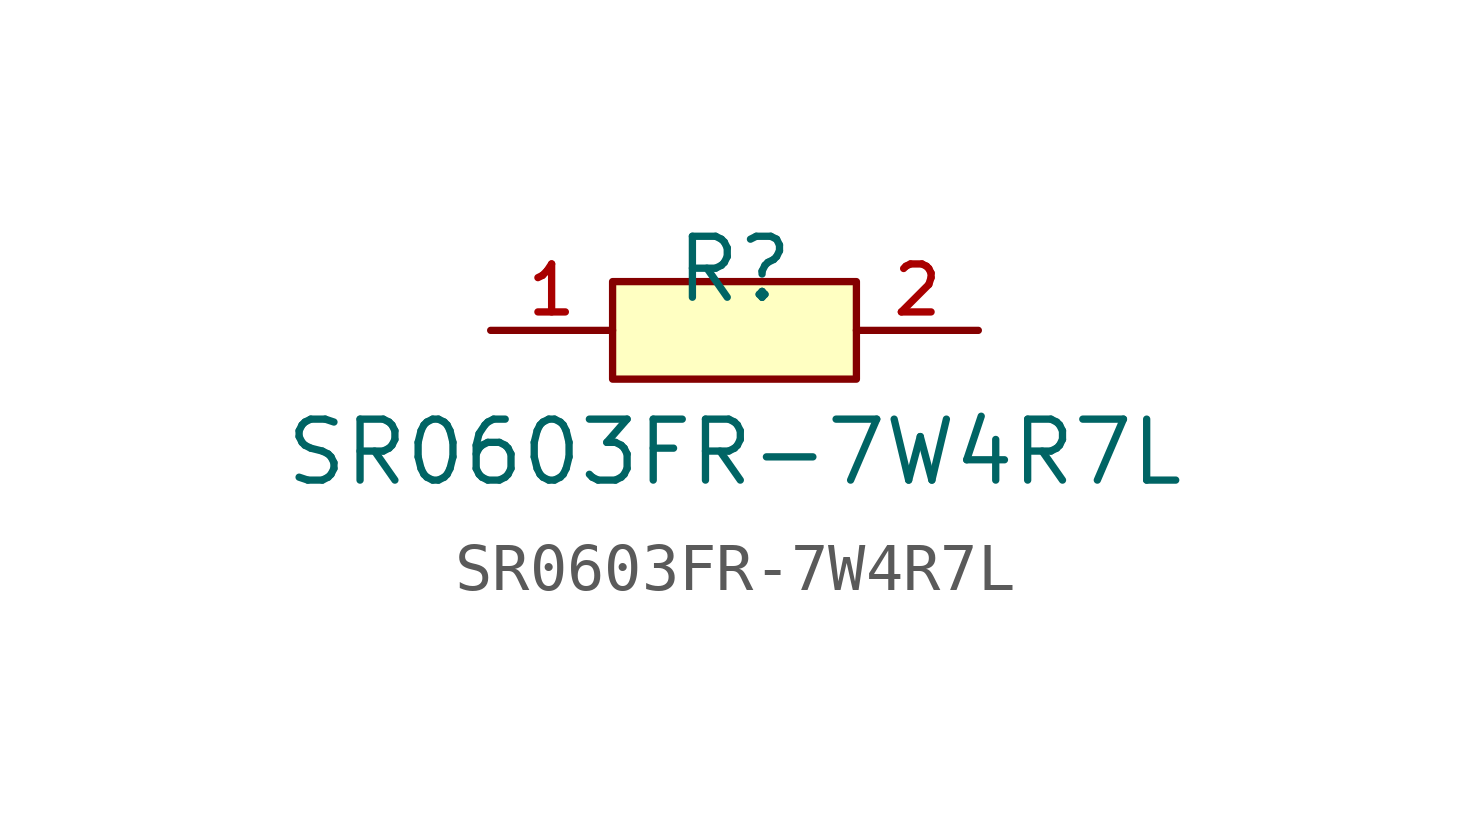
<source format=kicad_sym>
(kicad_symbol_lib
  (version 20210201)
  (generator TousstNicolas/JLC2KiCad_lib)
  (symbol "SR0603FR-7W4R7L"
    (pin_names hide)
    (property "Reference" "R"
      (at 0 1.27 0)
      (effects (font (size 1.27 1.27))))
    (property "Value" "SR0603FR-7W4R7L"
      (at 0 -2.54 0)
      (effects (font (size 1.27 1.27))))
    (symbol "SR0603FR-7W4R7L_0_1"
      (rectangle (start -2.54 1.016) (end 2.54 -1.016) (stroke (width 0) (type default) (color 0 0 0 0)) (fill (type background)))
      (pin unspecified line (at 5.08 -0.0 180) (length 2.54) (name "2" (effects (font (size 1 1)))) (number "2" (effects (font (size 1 1)))))
      (pin unspecified line (at -5.08 -0.0 0) (length 2.54) (name "1" (effects (font (size 1 1)))) (number "1" (effects (font (size 1 1))))))))
</source>
